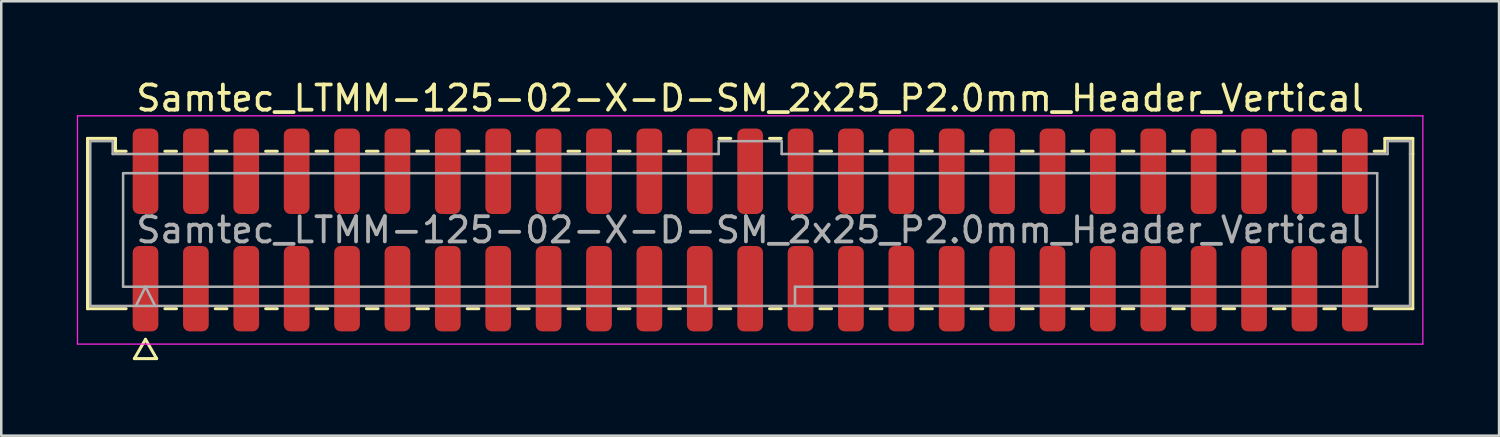
<source format=kicad_pcb>
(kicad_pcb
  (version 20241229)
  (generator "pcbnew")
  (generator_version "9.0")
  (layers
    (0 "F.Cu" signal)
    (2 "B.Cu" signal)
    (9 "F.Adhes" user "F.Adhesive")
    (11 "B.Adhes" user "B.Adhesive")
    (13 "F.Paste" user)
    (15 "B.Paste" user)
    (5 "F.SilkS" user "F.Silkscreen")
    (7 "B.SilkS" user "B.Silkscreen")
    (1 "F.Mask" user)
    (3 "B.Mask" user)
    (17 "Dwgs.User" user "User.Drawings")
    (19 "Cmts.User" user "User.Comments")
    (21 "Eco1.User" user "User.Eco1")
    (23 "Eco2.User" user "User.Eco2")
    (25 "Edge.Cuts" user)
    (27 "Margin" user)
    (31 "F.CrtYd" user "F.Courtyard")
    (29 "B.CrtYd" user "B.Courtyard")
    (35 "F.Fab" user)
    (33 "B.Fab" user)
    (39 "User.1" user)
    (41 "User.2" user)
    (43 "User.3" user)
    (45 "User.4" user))
  (footprint "Samtec_LTMM-125-02-X-D-SM_2x25_P2.0mm_Header_Vertical"
    (layer "F.Cu")
    (at 26.725 6.078)
    (property "Reference" "Samtec_LTMM-125-02-X-D-SM_2x25_P2.0mm_Header_Vertical" (at 0 -5.23 0) (layer "F.SilkS") (effects (font (size 1 1) (thickness 0.15))))
    (attr smd)
    (fp_line (start -26.302 -3.635) (end -25.192 -3.635) (stroke (width 0.12) (type solid)) (layer "F.SilkS"))
    (fp_line (start -26.302 3.125) (end -26.302 -3.635) (stroke (width 0.12) (type solid)) (layer "F.SilkS"))
    (fp_line (start -25.192 -3.635) (end -25.192 -3.125) (stroke (width 0.12) (type solid)) (layer "F.SilkS"))
    (fp_line (start -25.192 -3.125) (end -24.77 -3.125) (stroke (width 0.12) (type solid)) (layer "F.SilkS"))
    (fp_line (start -24.77 3.125) (end -26.302 3.125) (stroke (width 0.12) (type solid)) (layer "F.SilkS"))
    (fp_line (start -24.442 5.105) (end -24 4.34) (stroke (width 0.12) (type solid)) (layer "F.SilkS"))
    (fp_line (start -24 4.34) (end -23.558 5.105) (stroke (width 0.12) (type solid)) (layer "F.SilkS"))
    (fp_line (start -23.558 5.105) (end -24.442 5.105) (stroke (width 0.12) (type solid)) (layer "F.SilkS"))
    (fp_line (start -23.23 -3.125) (end -22.77 -3.125) (stroke (width 0.12) (type solid)) (layer "F.SilkS"))
    (fp_line (start -22.77 3.125) (end -23.23 3.125) (stroke (width 0.12) (type solid)) (layer "F.SilkS"))
    (fp_line (start -21.23 -3.125) (end -20.77 -3.125) (stroke (width 0.12) (type solid)) (layer "F.SilkS"))
    (fp_line (start -20.77 3.125) (end -21.23 3.125) (stroke (width 0.12) (type solid)) (layer "F.SilkS"))
    (fp_line (start -19.23 -3.125) (end -18.77 -3.125) (stroke (width 0.12) (type solid)) (layer "F.SilkS"))
    (fp_line (start -18.77 3.125) (end -19.23 3.125) (stroke (width 0.12) (type solid)) (layer "F.SilkS"))
    (fp_line (start -17.23 -3.125) (end -16.77 -3.125) (stroke (width 0.12) (type solid)) (layer "F.SilkS"))
    (fp_line (start -16.77 3.125) (end -17.23 3.125) (stroke (width 0.12) (type solid)) (layer "F.SilkS"))
    (fp_line (start -15.23 -3.125) (end -14.77 -3.125) (stroke (width 0.12) (type solid)) (layer "F.SilkS"))
    (fp_line (start -14.77 3.125) (end -15.23 3.125) (stroke (width 0.12) (type solid)) (layer "F.SilkS"))
    (fp_line (start -13.23 -3.125) (end -12.77 -3.125) (stroke (width 0.12) (type solid)) (layer "F.SilkS"))
    (fp_line (start -12.77 3.125) (end -13.23 3.125) (stroke (width 0.12) (type solid)) (layer "F.SilkS"))
    (fp_line (start -11.23 -3.125) (end -10.77 -3.125) (stroke (width 0.12) (type solid)) (layer "F.SilkS"))
    (fp_line (start -10.77 3.125) (end -11.23 3.125) (stroke (width 0.12) (type solid)) (layer "F.SilkS"))
    (fp_line (start -9.23 -3.125) (end -8.77 -3.125) (stroke (width 0.12) (type solid)) (layer "F.SilkS"))
    (fp_line (start -8.77 3.125) (end -9.23 3.125) (stroke (width 0.12) (type solid)) (layer "F.SilkS"))
    (fp_line (start -7.23 -3.125) (end -6.77 -3.125) (stroke (width 0.12) (type solid)) (layer "F.SilkS"))
    (fp_line (start -6.77 3.125) (end -7.23 3.125) (stroke (width 0.12) (type solid)) (layer "F.SilkS"))
    (fp_line (start -5.23 -3.125) (end -4.77 -3.125) (stroke (width 0.12) (type solid)) (layer "F.SilkS"))
    (fp_line (start -4.77 3.125) (end -5.23 3.125) (stroke (width 0.12) (type solid)) (layer "F.SilkS"))
    (fp_line (start -3.23 -3.125) (end -2.77 -3.125) (stroke (width 0.12) (type solid)) (layer "F.SilkS"))
    (fp_line (start -2.77 3.125) (end -3.23 3.125) (stroke (width 0.12) (type solid)) (layer "F.SilkS"))
    (fp_line (start -1.23 -3.635) (end -0.77 -3.635) (stroke (width 0.12) (type solid)) (layer "F.SilkS"))
    (fp_line (start -0.77 3.125) (end -1.23 3.125) (stroke (width 0.12) (type solid)) (layer "F.SilkS"))
    (fp_line (start 0.77 -3.635) (end 1.23 -3.635) (stroke (width 0.12) (type solid)) (layer "F.SilkS"))
    (fp_line (start 1.23 3.125) (end 0.77 3.125) (stroke (width 0.12) (type solid)) (layer "F.SilkS"))
    (fp_line (start 2.77 -3.125) (end 3.23 -3.125) (stroke (width 0.12) (type solid)) (layer "F.SilkS"))
    (fp_line (start 3.23 3.125) (end 2.77 3.125) (stroke (width 0.12) (type solid)) (layer "F.SilkS"))
    (fp_line (start 4.77 -3.125) (end 5.23 -3.125) (stroke (width 0.12) (type solid)) (layer "F.SilkS"))
    (fp_line (start 5.23 3.125) (end 4.77 3.125) (stroke (width 0.12) (type solid)) (layer "F.SilkS"))
    (fp_line (start 6.77 -3.125) (end 7.23 -3.125) (stroke (width 0.12) (type solid)) (layer "F.SilkS"))
    (fp_line (start 7.23 3.125) (end 6.77 3.125) (stroke (width 0.12) (type solid)) (layer "F.SilkS"))
    (fp_line (start 8.77 -3.125) (end 9.23 -3.125) (stroke (width 0.12) (type solid)) (layer "F.SilkS"))
    (fp_line (start 9.23 3.125) (end 8.77 3.125) (stroke (width 0.12) (type solid)) (layer "F.SilkS"))
    (fp_line (start 10.77 -3.125) (end 11.23 -3.125) (stroke (width 0.12) (type solid)) (layer "F.SilkS"))
    (fp_line (start 11.23 3.125) (end 10.77 3.125) (stroke (width 0.12) (type solid)) (layer "F.SilkS"))
    (fp_line (start 12.77 -3.125) (end 13.23 -3.125) (stroke (width 0.12) (type solid)) (layer "F.SilkS"))
    (fp_line (start 13.23 3.125) (end 12.77 3.125) (stroke (width 0.12) (type solid)) (layer "F.SilkS"))
    (fp_line (start 14.77 -3.125) (end 15.23 -3.125) (stroke (width 0.12) (type solid)) (layer "F.SilkS"))
    (fp_line (start 15.23 3.125) (end 14.77 3.125) (stroke (width 0.12) (type solid)) (layer "F.SilkS"))
    (fp_line (start 16.77 -3.125) (end 17.23 -3.125) (stroke (width 0.12) (type solid)) (layer "F.SilkS"))
    (fp_line (start 17.23 3.125) (end 16.77 3.125) (stroke (width 0.12) (type solid)) (layer "F.SilkS"))
    (fp_line (start 18.77 -3.125) (end 19.23 -3.125) (stroke (width 0.12) (type solid)) (layer "F.SilkS"))
    (fp_line (start 19.23 3.125) (end 18.77 3.125) (stroke (width 0.12) (type solid)) (layer "F.SilkS"))
    (fp_line (start 20.77 -3.125) (end 21.23 -3.125) (stroke (width 0.12) (type solid)) (layer "F.SilkS"))
    (fp_line (start 21.23 3.125) (end 20.77 3.125) (stroke (width 0.12) (type solid)) (layer "F.SilkS"))
    (fp_line (start 22.77 -3.125) (end 23.23 -3.125) (stroke (width 0.12) (type solid)) (layer "F.SilkS"))
    (fp_line (start 23.23 3.125) (end 22.77 3.125) (stroke (width 0.12) (type solid)) (layer "F.SilkS"))
    (fp_line (start 24.77 -3.125) (end 25.192 -3.125) (stroke (width 0.12) (type solid)) (layer "F.SilkS"))
    (fp_line (start 25.192 -3.635) (end 26.302 -3.635) (stroke (width 0.12) (type solid)) (layer "F.SilkS"))
    (fp_line (start 25.192 -3.125) (end 25.192 -3.635) (stroke (width 0.12) (type solid)) (layer "F.SilkS"))
    (fp_line (start 26.302 -3.635) (end 26.302 -3.015) (stroke (width 0.12) (type solid)) (layer "F.SilkS"))
    (fp_line (start 26.302 -3.015) (end 26.302 3.125) (stroke (width 0.12) (type solid)) (layer "F.SilkS"))
    (fp_line (start 26.302 3.125) (end 24.77 3.125) (stroke (width 0.12) (type solid)) (layer "F.SilkS"))
    (fp_line (start -26.7 -4.53) (end -26.7 4.53) (stroke (width 0.05) (type solid)) (layer "F.CrtYd"))
    (fp_line (start -26.7 4.53) (end 26.7 4.53) (stroke (width 0.05) (type solid)) (layer "F.CrtYd"))
    (fp_line (start 26.7 -4.53) (end -26.7 -4.53) (stroke (width 0.05) (type solid)) (layer "F.CrtYd"))
    (fp_line (start 26.7 4.53) (end 26.7 -4.53) (stroke (width 0.05) (type solid)) (layer "F.CrtYd"))
    (fp_line (start -26.192 -3.525) (end -25.302 -3.525) (stroke (width 0.1) (type solid)) (layer "F.Fab"))
    (fp_line (start -26.192 3.015) (end -26.192 -3.525) (stroke (width 0.1) (type solid)) (layer "F.Fab"))
    (fp_line (start -25.302 -3.525) (end -25.302 -3.015) (stroke (width 0.1) (type solid)) (layer "F.Fab"))
    (fp_line (start -25.302 -3.015) (end -1.25 -3.015) (stroke (width 0.1) (type solid)) (layer "F.Fab"))
    (fp_line (start -24.889 -2.253) (end 24.889 -2.253) (stroke (width 0.1) (type solid)) (layer "F.Fab"))
    (fp_line (start -24.889 2.253) (end -24.889 -2.253) (stroke (width 0.1) (type solid)) (layer "F.Fab"))
    (fp_line (start -24.381 3.015) (end -24 2.253) (stroke (width 0.1) (type solid)) (layer "F.Fab"))
    (fp_line (start -24 2.253) (end -23.619 3.015) (stroke (width 0.1) (type solid)) (layer "F.Fab"))
    (fp_line (start -1.78 2.253) (end -24.889 2.253) (stroke (width 0.1) (type solid)) (layer "F.Fab"))
    (fp_line (start -1.78 3.015) (end -1.78 2.253) (stroke (width 0.1) (type solid)) (layer "F.Fab"))
    (fp_line (start -1.25 -3.525) (end 1.25 -3.525) (stroke (width 0.1) (type solid)) (layer "F.Fab"))
    (fp_line (start -1.25 -3.015) (end -1.25 -3.525) (stroke (width 0.1) (type solid)) (layer "F.Fab"))
    (fp_line (start 1.25 -3.525) (end 1.25 -3.015) (stroke (width 0.1) (type solid)) (layer "F.Fab"))
    (fp_line (start 1.25 -3.015) (end 25.302 -3.015) (stroke (width 0.1) (type solid)) (layer "F.Fab"))
    (fp_line (start 1.78 2.253) (end 1.78 3.015) (stroke (width 0.1) (type solid)) (layer "F.Fab"))
    (fp_line (start 24.889 -2.253) (end 24.889 2.253) (stroke (width 0.1) (type solid)) (layer "F.Fab"))
    (fp_line (start 24.889 2.253) (end 1.78 2.253) (stroke (width 0.1) (type solid)) (layer "F.Fab"))
    (fp_line (start 25.302 -3.525) (end 26.192 -3.525) (stroke (width 0.1) (type solid)) (layer "F.Fab"))
    (fp_line (start 25.302 -3.015) (end 25.302 -3.525) (stroke (width 0.1) (type solid)) (layer "F.Fab"))
    (fp_line (start 26.192 -3.525) (end 26.192 -3.015) (stroke (width 0.1) (type solid)) (layer "F.Fab"))
    (fp_line (start 26.192 -3.015) (end 26.192 3.015) (stroke (width 0.1) (type solid)) (layer "F.Fab"))
    (fp_line (start 26.192 3.015) (end -26.192 3.015) (stroke (width 0.1) (type solid)) (layer "F.Fab"))
    (fp_text user "${REFERENCE}" (at 0 0 0) (layer "F.Fab") (effects (font (size 1 1) (thickness 0.15))))
    (pad "1" smd roundrect (at -24 2.33) (size 1.02 3.39) (layers "F.Cu" "F.Mask" "F.Paste") (roundrect_rratio 0.25))
    (pad "2" smd roundrect (at -24 -2.33) (size 1.02 3.39) (layers "F.Cu" "F.Mask" "F.Paste") (roundrect_rratio 0.25))
    (pad "3" smd roundrect (at -22 2.33) (size 1.02 3.39) (layers "F.Cu" "F.Mask" "F.Paste") (roundrect_rratio 0.25))
    (pad "4" smd roundrect (at -22 -2.33) (size 1.02 3.39) (layers "F.Cu" "F.Mask" "F.Paste") (roundrect_rratio 0.25))
    (pad "5" smd roundrect (at -20 2.33) (size 1.02 3.39) (layers "F.Cu" "F.Mask" "F.Paste") (roundrect_rratio 0.25))
    (pad "6" smd roundrect (at -20 -2.33) (size 1.02 3.39) (layers "F.Cu" "F.Mask" "F.Paste") (roundrect_rratio 0.25))
    (pad "7" smd roundrect (at -18 2.33) (size 1.02 3.39) (layers "F.Cu" "F.Mask" "F.Paste") (roundrect_rratio 0.25))
    (pad "8" smd roundrect (at -18 -2.33) (size 1.02 3.39) (layers "F.Cu" "F.Mask" "F.Paste") (roundrect_rratio 0.25))
    (pad "9" smd roundrect (at -16 2.33) (size 1.02 3.39) (layers "F.Cu" "F.Mask" "F.Paste") (roundrect_rratio 0.25))
    (pad "10" smd roundrect (at -16 -2.33) (size 1.02 3.39) (layers "F.Cu" "F.Mask" "F.Paste") (roundrect_rratio 0.25))
    (pad "11" smd roundrect (at -14 2.33) (size 1.02 3.39) (layers "F.Cu" "F.Mask" "F.Paste") (roundrect_rratio 0.25))
    (pad "12" smd roundrect (at -14 -2.33) (size 1.02 3.39) (layers "F.Cu" "F.Mask" "F.Paste") (roundrect_rratio 0.25))
    (pad "13" smd roundrect (at -12 2.33) (size 1.02 3.39) (layers "F.Cu" "F.Mask" "F.Paste") (roundrect_rratio 0.25))
    (pad "14" smd roundrect (at -12 -2.33) (size 1.02 3.39) (layers "F.Cu" "F.Mask" "F.Paste") (roundrect_rratio 0.25))
    (pad "15" smd roundrect (at -10 2.33) (size 1.02 3.39) (layers "F.Cu" "F.Mask" "F.Paste") (roundrect_rratio 0.25))
    (pad "16" smd roundrect (at -10 -2.33) (size 1.02 3.39) (layers "F.Cu" "F.Mask" "F.Paste") (roundrect_rratio 0.25))
    (pad "17" smd roundrect (at -8 2.33) (size 1.02 3.39) (layers "F.Cu" "F.Mask" "F.Paste") (roundrect_rratio 0.25))
    (pad "18" smd roundrect (at -8 -2.33) (size 1.02 3.39) (layers "F.Cu" "F.Mask" "F.Paste") (roundrect_rratio 0.25))
    (pad "19" smd roundrect (at -6 2.33) (size 1.02 3.39) (layers "F.Cu" "F.Mask" "F.Paste") (roundrect_rratio 0.25))
    (pad "20" smd roundrect (at -6 -2.33) (size 1.02 3.39) (layers "F.Cu" "F.Mask" "F.Paste") (roundrect_rratio 0.25))
    (pad "21" smd roundrect (at -4 2.33) (size 1.02 3.39) (layers "F.Cu" "F.Mask" "F.Paste") (roundrect_rratio 0.25))
    (pad "22" smd roundrect (at -4 -2.33) (size 1.02 3.39) (layers "F.Cu" "F.Mask" "F.Paste") (roundrect_rratio 0.25))
    (pad "23" smd roundrect (at -2 2.33) (size 1.02 3.39) (layers "F.Cu" "F.Mask" "F.Paste") (roundrect_rratio 0.25))
    (pad "24" smd roundrect (at -2 -2.33) (size 1.02 3.39) (layers "F.Cu" "F.Mask" "F.Paste") (roundrect_rratio 0.25))
    (pad "25" smd roundrect (at 0 2.33) (size 1.02 3.39) (layers "F.Cu" "F.Mask" "F.Paste") (roundrect_rratio 0.25))
    (pad "26" smd roundrect (at 0 -2.33) (size 1.02 3.39) (layers "F.Cu" "F.Mask" "F.Paste") (roundrect_rratio 0.25))
    (pad "27" smd roundrect (at 2 2.33) (size 1.02 3.39) (layers "F.Cu" "F.Mask" "F.Paste") (roundrect_rratio 0.25))
    (pad "28" smd roundrect (at 2 -2.33) (size 1.02 3.39) (layers "F.Cu" "F.Mask" "F.Paste") (roundrect_rratio 0.25))
    (pad "29" smd roundrect (at 4 2.33) (size 1.02 3.39) (layers "F.Cu" "F.Mask" "F.Paste") (roundrect_rratio 0.25))
    (pad "30" smd roundrect (at 4 -2.33) (size 1.02 3.39) (layers "F.Cu" "F.Mask" "F.Paste") (roundrect_rratio 0.25))
    (pad "31" smd roundrect (at 6 2.33) (size 1.02 3.39) (layers "F.Cu" "F.Mask" "F.Paste") (roundrect_rratio 0.25))
    (pad "32" smd roundrect (at 6 -2.33) (size 1.02 3.39) (layers "F.Cu" "F.Mask" "F.Paste") (roundrect_rratio 0.25))
    (pad "33" smd roundrect (at 8 2.33) (size 1.02 3.39) (layers "F.Cu" "F.Mask" "F.Paste") (roundrect_rratio 0.25))
    (pad "34" smd roundrect (at 8 -2.33) (size 1.02 3.39) (layers "F.Cu" "F.Mask" "F.Paste") (roundrect_rratio 0.25))
    (pad "35" smd roundrect (at 10 2.33) (size 1.02 3.39) (layers "F.Cu" "F.Mask" "F.Paste") (roundrect_rratio 0.25))
    (pad "36" smd roundrect (at 10 -2.33) (size 1.02 3.39) (layers "F.Cu" "F.Mask" "F.Paste") (roundrect_rratio 0.25))
    (pad "37" smd roundrect (at 12 2.33) (size 1.02 3.39) (layers "F.Cu" "F.Mask" "F.Paste") (roundrect_rratio 0.25))
    (pad "38" smd roundrect (at 12 -2.33) (size 1.02 3.39) (layers "F.Cu" "F.Mask" "F.Paste") (roundrect_rratio 0.25))
    (pad "39" smd roundrect (at 14 2.33) (size 1.02 3.39) (layers "F.Cu" "F.Mask" "F.Paste") (roundrect_rratio 0.25))
    (pad "40" smd roundrect (at 14 -2.33) (size 1.02 3.39) (layers "F.Cu" "F.Mask" "F.Paste") (roundrect_rratio 0.25))
    (pad "41" smd roundrect (at 16 2.33) (size 1.02 3.39) (layers "F.Cu" "F.Mask" "F.Paste") (roundrect_rratio 0.25))
    (pad "42" smd roundrect (at 16 -2.33) (size 1.02 3.39) (layers "F.Cu" "F.Mask" "F.Paste") (roundrect_rratio 0.25))
    (pad "43" smd roundrect (at 18 2.33) (size 1.02 3.39) (layers "F.Cu" "F.Mask" "F.Paste") (roundrect_rratio 0.25))
    (pad "44" smd roundrect (at 18 -2.33) (size 1.02 3.39) (layers "F.Cu" "F.Mask" "F.Paste") (roundrect_rratio 0.25))
    (pad "45" smd roundrect (at 20 2.33) (size 1.02 3.39) (layers "F.Cu" "F.Mask" "F.Paste") (roundrect_rratio 0.25))
    (pad "46" smd roundrect (at 20 -2.33) (size 1.02 3.39) (layers "F.Cu" "F.Mask" "F.Paste") (roundrect_rratio 0.25))
    (pad "47" smd roundrect (at 22 2.33) (size 1.02 3.39) (layers "F.Cu" "F.Mask" "F.Paste") (roundrect_rratio 0.25))
    (pad "48" smd roundrect (at 22 -2.33) (size 1.02 3.39) (layers "F.Cu" "F.Mask" "F.Paste") (roundrect_rratio 0.25))
    (pad "49" smd roundrect (at 24 2.33) (size 1.02 3.39) (layers "F.Cu" "F.Mask" "F.Paste") (roundrect_rratio 0.25))
    (pad "50" smd roundrect (at 24 -2.33) (size 1.02 3.39) (layers "F.Cu" "F.Mask" "F.Paste") (roundrect_rratio 0.25)))
  (gr_rect
    (start -3 -3)
    (end 56.45 14.243)
    (stroke (width 0.1) (type default))
    (fill no)
    (layer "Edge.Cuts")))
</source>
